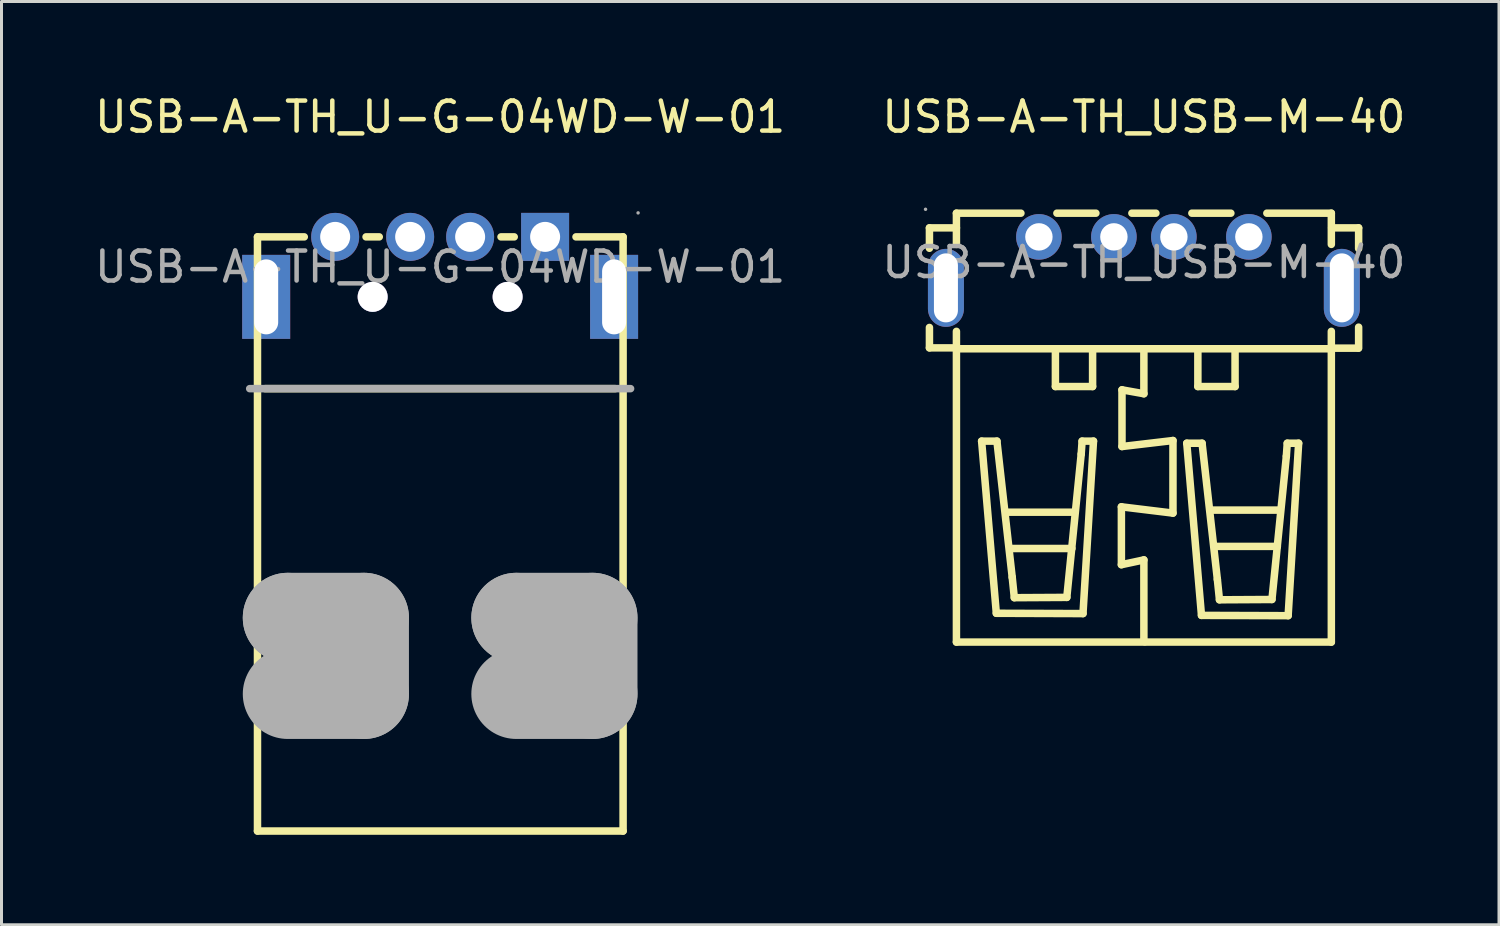
<source format=kicad_pcb>
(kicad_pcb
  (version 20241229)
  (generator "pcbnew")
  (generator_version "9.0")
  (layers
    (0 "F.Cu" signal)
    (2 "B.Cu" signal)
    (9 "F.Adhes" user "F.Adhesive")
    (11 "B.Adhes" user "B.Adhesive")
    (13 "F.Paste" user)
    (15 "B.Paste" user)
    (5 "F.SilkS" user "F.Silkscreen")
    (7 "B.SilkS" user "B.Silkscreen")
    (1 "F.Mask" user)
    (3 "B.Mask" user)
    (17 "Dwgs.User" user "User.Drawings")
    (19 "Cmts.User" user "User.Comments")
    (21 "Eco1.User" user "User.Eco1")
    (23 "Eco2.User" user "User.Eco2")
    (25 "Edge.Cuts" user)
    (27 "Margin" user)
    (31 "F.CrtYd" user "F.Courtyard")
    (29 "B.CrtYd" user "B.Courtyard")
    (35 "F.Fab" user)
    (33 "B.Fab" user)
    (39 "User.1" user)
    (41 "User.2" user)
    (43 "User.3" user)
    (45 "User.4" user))
  (footprint "USB-A-TH_USB-M-40"
    (layer "F.Cu")
    (at 35.089 5.698)
    (property "Reference" "USB-A-TH_USB-M-40" (at 0 -4.85 0) (layer "F.SilkS") (effects (font (size 1 1) (thickness 0.15))))
    (attr smd)
    (fp_line (start -7.15 -1.15) (end -7.15 -0.47) (stroke (width 0.25) (type solid)) (layer "F.SilkS"))
    (fp_line (start -7.15 -1.15) (end -6.25 -1.15) (stroke (width 0.25) (type solid)) (layer "F.SilkS"))
    (fp_line (start -7.15 2.17) (end -7.15 2.85) (stroke (width 0.25) (type solid)) (layer "F.SilkS"))
    (fp_line (start -6.25 -1.64) (end -4.1 -1.64) (stroke (width 0.25) (type solid)) (layer "F.SilkS"))
    (fp_line (start -6.25 -0.6) (end -6.25 -1.64) (stroke (width 0.25) (type solid)) (layer "F.SilkS"))
    (fp_line (start -6.25 2.85) (end -7.15 2.85) (stroke (width 0.25) (type solid)) (layer "F.SilkS"))
    (fp_line (start -6.25 12.66) (end -6.25 2.3) (stroke (width 0.25) (type solid)) (layer "F.SilkS"))
    (fp_line (start -6.25 12.66) (end 6.25 12.66) (stroke (width 0.25) (type solid)) (layer "F.SilkS"))
    (fp_line (start -6.22 2.88) (end 6.28 2.88) (stroke (width 0.25) (type solid)) (layer "F.SilkS"))
    (fp_line (start -5.41 5.96) (end -4.9 5.96) (stroke (width 0.25) (type solid)) (layer "F.SilkS"))
    (fp_line (start -4.92 11.7) (end -5.41 5.96) (stroke (width 0.25) (type solid)) (layer "F.SilkS"))
    (fp_line (start -4.9 5.96) (end -4.39 10.5) (stroke (width 0.25) (type solid)) (layer "F.SilkS"))
    (fp_line (start -4.57 8.33) (end -2.31 8.33) (stroke (width 0.25) (type solid)) (layer "F.SilkS"))
    (fp_line (start -4.43 9.54) (end -2.4 9.54) (stroke (width 0.25) (type solid)) (layer "F.SilkS"))
    (fp_line (start -4.39 10.5) (end -4.32 11.18) (stroke (width 0.25) (type solid)) (layer "F.SilkS"))
    (fp_line (start -4.32 11.18) (end -2.57 11.17) (stroke (width 0.25) (type solid)) (layer "F.SilkS"))
    (fp_line (start -2.95 2.93) (end -2.95 4.14) (stroke (width 0.25) (type solid)) (layer "F.SilkS"))
    (fp_line (start -2.95 4.14) (end -1.71 4.14) (stroke (width 0.25) (type solid)) (layer "F.SilkS"))
    (fp_line (start -2.9 -1.64) (end -1.6 -1.64) (stroke (width 0.25) (type solid)) (layer "F.SilkS"))
    (fp_line (start -2.57 11.17) (end -2.09 6.39) (stroke (width 0.25) (type solid)) (layer "F.SilkS"))
    (fp_line (start -2.09 6.39) (end -2.06 5.96) (stroke (width 0.25) (type solid)) (layer "F.SilkS"))
    (fp_line (start -2.06 5.96) (end -1.68 5.96) (stroke (width 0.25) (type solid)) (layer "F.SilkS"))
    (fp_line (start -2.03 11.71) (end -4.92 11.7) (stroke (width 0.25) (type solid)) (layer "F.SilkS"))
    (fp_line (start -1.71 4.14) (end -1.71 2.92) (stroke (width 0.25) (type solid)) (layer "F.SilkS"))
    (fp_line (start -1.68 5.96) (end -2.03 11.71) (stroke (width 0.25) (type solid)) (layer "F.SilkS"))
    (fp_line (start -0.75 8.15) (end -0.75 10.08) (stroke (width 0.25) (type solid)) (layer "F.SilkS"))
    (fp_line (start -0.75 10.08) (end 0 9.92) (stroke (width 0.25) (type solid)) (layer "F.SilkS"))
    (fp_line (start -0.73 4.25) (end -0.73 6.14) (stroke (width 0.25) (type solid)) (layer "F.SilkS"))
    (fp_line (start -0.73 6.14) (end 0.97 5.94) (stroke (width 0.25) (type solid)) (layer "F.SilkS"))
    (fp_line (start -0.4 -1.64) (end 0.4 -1.64) (stroke (width 0.25) (type solid)) (layer "F.SilkS"))
    (fp_line (start 0 2.93) (end 0 4.38) (stroke (width 0.25) (type solid)) (layer "F.SilkS"))
    (fp_line (start 0 4.38) (end -0.73 4.25) (stroke (width 0.25) (type solid)) (layer "F.SilkS"))
    (fp_line (start 0 9.92) (end 0 12.62) (stroke (width 0.25) (type solid)) (layer "F.SilkS"))
    (fp_line (start 0 12.62) (end 0.03 12.65) (stroke (width 0.25) (type solid)) (layer "F.SilkS"))
    (fp_line (start 0.97 5.94) (end 0.97 8.36) (stroke (width 0.25) (type solid)) (layer "F.SilkS"))
    (fp_line (start 0.97 8.36) (end -0.75 8.15) (stroke (width 0.25) (type solid)) (layer "F.SilkS"))
    (fp_line (start 1.43 6.03) (end 1.94 6.03) (stroke (width 0.25) (type solid)) (layer "F.SilkS"))
    (fp_line (start 1.6 -1.64) (end 2.9 -1.64) (stroke (width 0.25) (type solid)) (layer "F.SilkS"))
    (fp_line (start 1.8 2.93) (end 1.8 4.14) (stroke (width 0.25) (type solid)) (layer "F.SilkS"))
    (fp_line (start 1.8 4.14) (end 3.04 4.14) (stroke (width 0.25) (type solid)) (layer "F.SilkS"))
    (fp_line (start 1.92 11.77) (end 1.43 6.03) (stroke (width 0.25) (type solid)) (layer "F.SilkS"))
    (fp_line (start 1.94 6.03) (end 2.45 10.57) (stroke (width 0.25) (type solid)) (layer "F.SilkS"))
    (fp_line (start 2.28 8.26) (end 4.54 8.26) (stroke (width 0.25) (type solid)) (layer "F.SilkS"))
    (fp_line (start 2.42 9.47) (end 4.45 9.47) (stroke (width 0.25) (type solid)) (layer "F.SilkS"))
    (fp_line (start 2.45 10.57) (end 2.52 11.25) (stroke (width 0.25) (type solid)) (layer "F.SilkS"))
    (fp_line (start 2.52 11.25) (end 4.27 11.24) (stroke (width 0.25) (type solid)) (layer "F.SilkS"))
    (fp_line (start 3.04 4.14) (end 3.04 2.92) (stroke (width 0.25) (type solid)) (layer "F.SilkS"))
    (fp_line (start 4.1 -1.64) (end 6.25 -1.64) (stroke (width 0.25) (type solid)) (layer "F.SilkS"))
    (fp_line (start 4.27 11.24) (end 4.75 6.46) (stroke (width 0.25) (type solid)) (layer "F.SilkS"))
    (fp_line (start 4.75 6.46) (end 4.78 6.03) (stroke (width 0.25) (type solid)) (layer "F.SilkS"))
    (fp_line (start 4.78 6.03) (end 5.16 6.03) (stroke (width 0.25) (type solid)) (layer "F.SilkS"))
    (fp_line (start 4.81 11.78) (end 1.92 11.77) (stroke (width 0.25) (type solid)) (layer "F.SilkS"))
    (fp_line (start 5.16 6.03) (end 4.81 11.78) (stroke (width 0.25) (type solid)) (layer "F.SilkS"))
    (fp_line (start 6.25 -0.6) (end 6.25 -1.64) (stroke (width 0.25) (type solid)) (layer "F.SilkS"))
    (fp_line (start 6.25 2.86) (end 7.15 2.86) (stroke (width 0.25) (type solid)) (layer "F.SilkS"))
    (fp_line (start 6.25 12.66) (end 6.25 2.3) (stroke (width 0.25) (type solid)) (layer "F.SilkS"))
    (fp_line (start 6.26 -1.15) (end 7.16 -1.15) (stroke (width 0.25) (type solid)) (layer "F.SilkS"))
    (fp_line (start 7.16 -1.15) (end 7.16 -0.46) (stroke (width 0.25) (type solid)) (layer "F.SilkS"))
    (fp_line (start 7.16 2.16) (end 7.16 2.86) (stroke (width 0.25) (type solid)) (layer "F.SilkS"))
    (fp_circle (center -7.28 -1.77) (end -7.25 -1.77) (stroke (width 0.06) (type solid)) (fill no) (layer "F.Fab"))
    (fp_circle (center -3.5 -0.85) (end -3.32 -0.85) (stroke (width 0.36) (type solid)) (fill no) (layer "F.Fab"))
    (fp_circle (center -1 -0.85) (end -0.82 -0.85) (stroke (width 0.36) (type solid)) (fill no) (layer "F.Fab"))
    (fp_circle (center 1 -0.85) (end 1.18 -0.85) (stroke (width 0.36) (type solid)) (fill no) (layer "F.Fab"))
    (fp_circle (center 3.5 -0.85) (end 3.68 -0.85) (stroke (width 0.36) (type solid)) (fill no) (layer "F.Fab"))
    (fp_text user "${REFERENCE}" (at 0 0 0) (layer "F.Fab") (effects (font (size 1 1) (thickness 0.15))))
    (pad "1" thru_hole circle (at -3.5 -0.85) (size 1.52 1.52) (drill 0.914) (layers "*.Cu" "*.Paste" "*.Mask"))
    (pad "2" thru_hole circle (at -1 -0.85) (size 1.52 1.52) (drill 0.914) (layers "*.Cu" "*.Paste" "*.Mask"))
    (pad "3" thru_hole circle (at 1 -0.85) (size 1.52 1.52) (drill 0.914) (layers "*.Cu" "*.Paste" "*.Mask"))
    (pad "4" thru_hole circle (at 3.5 -0.85) (size 1.52 1.52) (drill 0.914) (layers "*.Cu" "*.Paste" "*.Mask"))
    (pad "5" thru_hole oval (at 6.6 0.85 90) (size 2.6 1.2) (drill oval 2.301 0.8) (layers "*.Cu" "*.Paste" "*.Mask"))
    (pad "6" thru_hole oval (at -6.6 0.85 270) (size 2.6 1.2) (drill oval 2.301 0.8) (layers "*.Cu" "*.Paste" "*.Mask")))
  (footprint "USB-A-TH_U-G-04WD-W-01"
    (layer "F.Cu")
    (at 11.625 5.848)
    (property "Reference" "USB-A-TH_U-G-04WD-W-01" (at 0 -5 0) (layer "F.SilkS") (effects (font (size 1 1) (thickness 0.15))))
    (attr smd)
    (fp_line (start -6.09 -1) (end -6.09 18.81) (stroke (width 0.25) (type solid)) (layer "F.SilkS"))
    (fp_line (start -6.09 -1) (end -4.53 -1) (stroke (width 0.25) (type solid)) (layer "F.SilkS"))
    (fp_line (start -6.09 18.81) (end 6.1 18.81) (stroke (width 0.25) (type solid)) (layer "F.SilkS"))
    (fp_line (start -5.84 4.06) (end 5.84 4.06) (stroke (width 0.25) (type solid)) (layer "F.SilkS"))
    (fp_line (start -2.47 -1) (end -2.03 -1) (stroke (width 0.25) (type solid)) (layer "F.SilkS"))
    (fp_line (start 2.03 -1) (end 2.47 -1) (stroke (width 0.25) (type solid)) (layer "F.SilkS"))
    (fp_line (start 4.53 -1) (end 6.1 -1) (stroke (width 0.25) (type solid)) (layer "F.SilkS"))
    (fp_line (start 6.1 18.81) (end 6.1 -1) (stroke (width 0.25) (type solid)) (layer "F.SilkS"))
    (fp_line (start -6.35 4.06) (end 6.35 4.06) (stroke (width 0.25) (type solid)) (layer "F.Fab"))
    (fp_line (start -5.08 11.7) (end -5.08 11.7) (stroke (width 3) (type solid)) (layer "F.Fab"))
    (fp_line (start -5.08 11.7) (end -2.54 11.7) (stroke (width 3) (type solid)) (layer "F.Fab"))
    (fp_line (start -2.54 11.7) (end -2.54 14.24) (stroke (width 3) (type solid)) (layer "F.Fab"))
    (fp_line (start -2.54 14.24) (end -5.08 14.24) (stroke (width 3) (type solid)) (layer "F.Fab"))
    (fp_line (start 2.54 11.7) (end 2.54 11.7) (stroke (width 3) (type solid)) (layer "F.Fab"))
    (fp_line (start 2.54 11.7) (end 5.08 11.7) (stroke (width 3) (type solid)) (layer "F.Fab"))
    (fp_line (start 5.08 11.7) (end 5.08 14.24) (stroke (width 3) (type solid)) (layer "F.Fab"))
    (fp_line (start 5.08 14.24) (end 2.54 14.24) (stroke (width 3) (type solid)) (layer "F.Fab"))
    (fp_circle (center -3.5 -1) (end -3.3 -1) (stroke (width 0.4) (type solid)) (fill no) (layer "F.Fab"))
    (fp_circle (center -2.25 1) (end -2.05 1) (stroke (width 0.4) (type solid)) (fill no) (layer "F.Fab"))
    (fp_circle (center -1 -1) (end -0.8 -1) (stroke (width 0.4) (type solid)) (fill no) (layer "F.Fab"))
    (fp_circle (center 1 -1) (end 1.2 -1) (stroke (width 0.4) (type solid)) (fill no) (layer "F.Fab"))
    (fp_circle (center 2.25 1) (end 2.45 1) (stroke (width 0.4) (type solid)) (fill no) (layer "F.Fab"))
    (fp_circle (center 3.5 -1) (end 3.7 -1) (stroke (width 0.4) (type solid)) (fill no) (layer "F.Fab"))
    (fp_circle (center 6.6 -1.8) (end 6.63 -1.8) (stroke (width 0.06) (type solid)) (fill no) (layer "F.Fab"))
    (fp_text user "${REFERENCE}" (at 0 0 0) (layer "F.Fab") (effects (font (size 1 1) (thickness 0.15))))
    (pad "" thru_hole circle (at -2.25 1) (size 1 1) (drill 1) (layers "*.Cu" "*.Mask"))
    (pad "" thru_hole circle (at 2.25 1) (size 1 1) (drill 1) (layers "*.Cu" "*.Mask"))
    (pad "1" thru_hole rect (at 3.5 -1) (size 1.6 1.6) (drill 1) (layers "*.Cu" "*.Paste" "*.Mask"))
    (pad "2" thru_hole circle (at 1 -1) (size 1.6 1.6) (drill 1) (layers "*.Cu" "*.Paste" "*.Mask"))
    (pad "3" thru_hole circle (at -1 -1) (size 1.6 1.6) (drill 1) (layers "*.Cu" "*.Paste" "*.Mask"))
    (pad "4" thru_hole circle (at -3.5 -1) (size 1.6 1.6) (drill 1) (layers "*.Cu" "*.Paste" "*.Mask"))
    (pad "5" thru_hole rect (at 5.8 1) (size 1.6 2.8) (drill oval 0.8 2.5) (layers "*.Cu" "*.Paste" "*.Mask"))
    (pad "6" thru_hole rect (at -5.8 1) (size 1.6 2.8) (drill oval 0.8 2.5) (layers "*.Cu" "*.Paste" "*.Mask")))
  (gr_rect
    (start -3 -3)
    (end 46.929 27.783)
    (stroke (width 0.1) (type default))
    (fill no)
    (layer "Edge.Cuts")))
</source>
